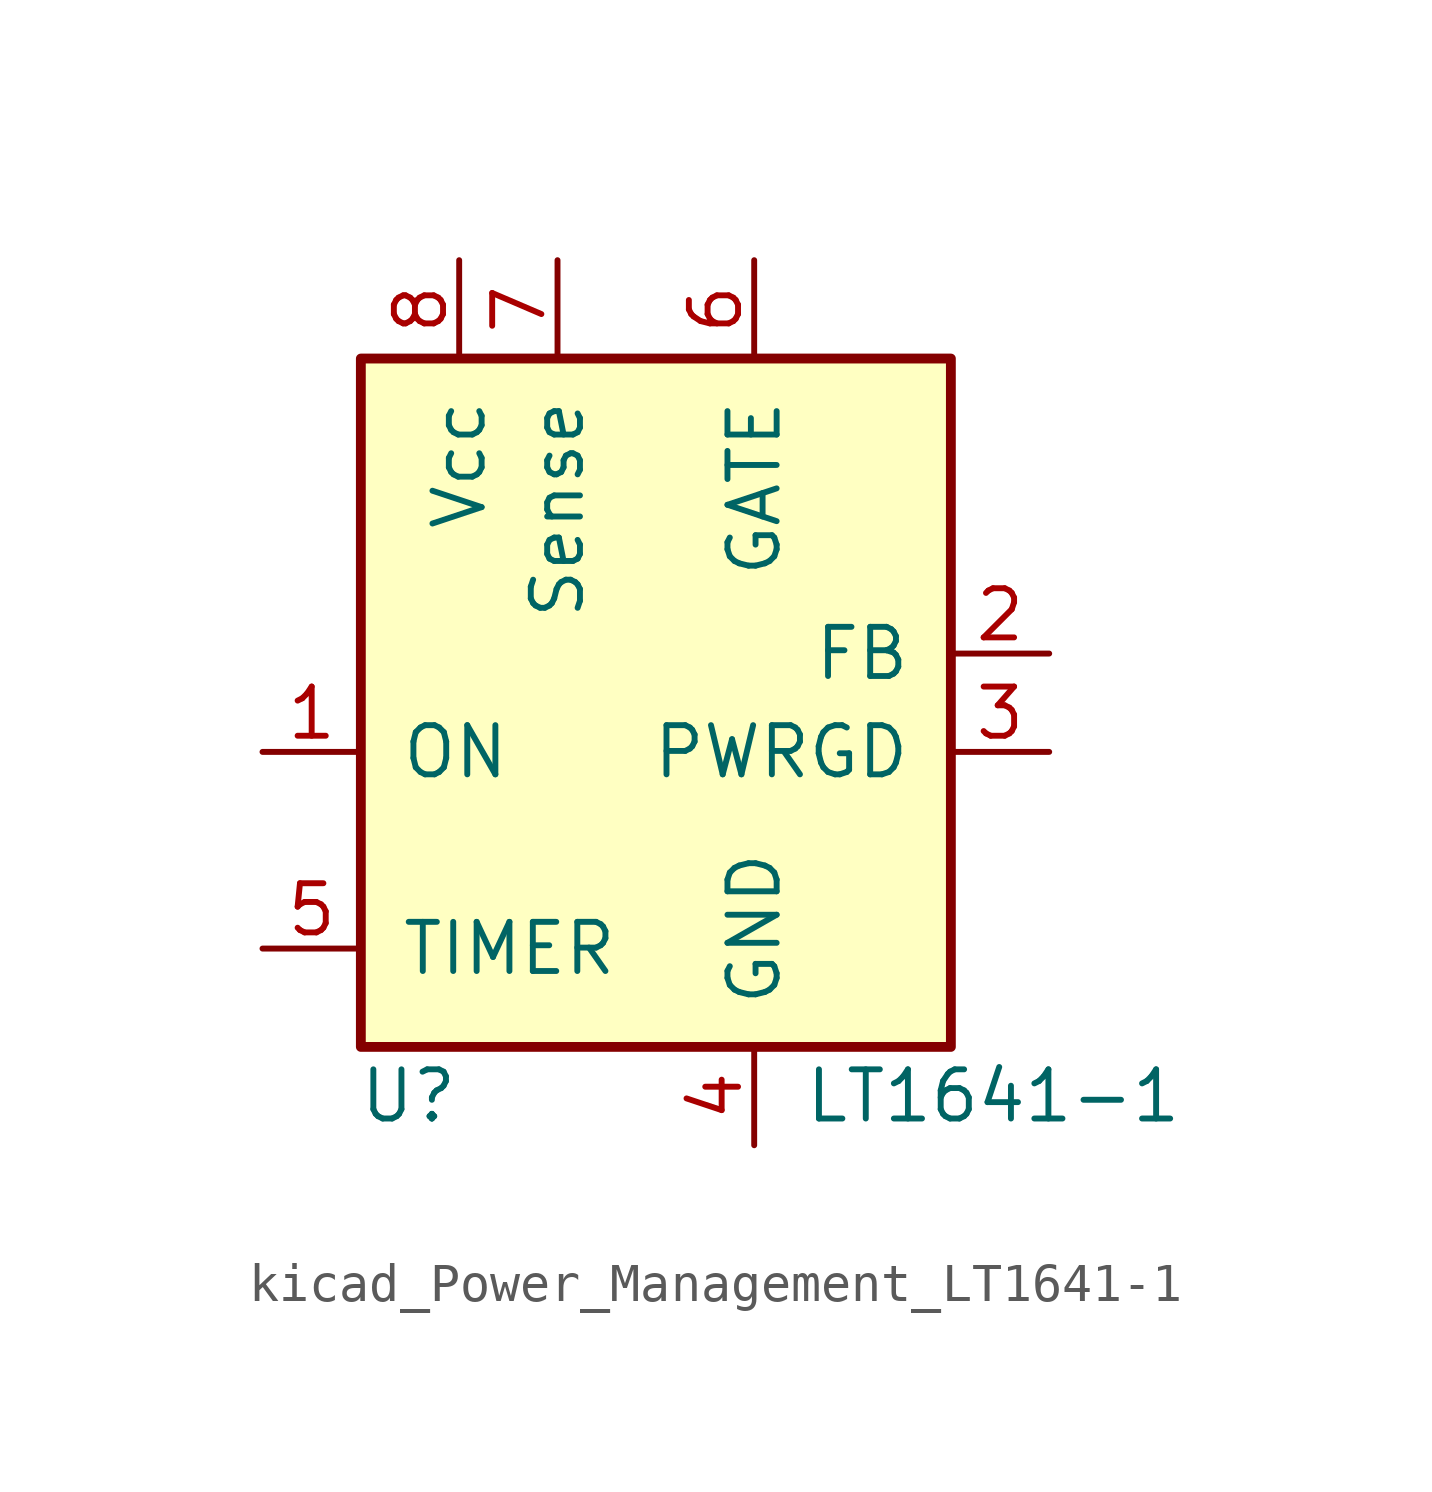
<source format=kicad_sym>
(kicad_symbol_lib
  (version 20220914)
  (generator kicad_symbol_editor)
  (symbol "kicad_Power_Management_LT1641-1"
    (pin_names
      (offset 1.016))
    (property "Reference" "U"
      (at -5.08 -11.43 0)
      (effects (font (size 1.27 1.27)) (justify right)))
    (property "Value" "LT1641-1"
      (at 3.81 -11.43 0)
      (effects (font (size 1.27 1.27)) (justify left)))
    (symbol "kicad_Power_Management_LT1641-1_0_1"
      (rectangle (start 7.62 7.62) (end -7.62 -10.16) (stroke (width 0.254) (type default)) (fill (type background))))
    (symbol "kicad_Power_Management_LT1641-1_1_0"
      (pin power_in line (at 2.54 -12.7 90) (length 2.54) (name "GND" (effects (font (size 1.27 1.27)))) (number "4" (effects (font (size 1.27 1.27))))))
    (symbol "kicad_Power_Management_LT1641-1_1_1"
      (pin input line (at -10.16 -2.54 0) (length 2.54) (name "ON" (effects (font (size 1.27 1.27)))) (number "1" (effects (font (size 1.27 1.27)))))
      (pin input line (at 10.16 0 180) (length 2.54) (name "FB" (effects (font (size 1.27 1.27)))) (number "2" (effects (font (size 1.27 1.27)))))
      (pin open_collector line (at 10.16 -2.54 180) (length 2.54) (name "PWRGD" (effects (font (size 1.27 1.27)))) (number "3" (effects (font (size 1.27 1.27)))))
      (pin input line (at -10.16 -7.62 0) (length 2.54) (name "TIMER" (effects (font (size 1.27 1.27)))) (number "5" (effects (font (size 1.27 1.27)))))
      (pin output line (at 2.54 10.16 270) (length 2.54) (name "GATE" (effects (font (size 1.27 1.27)))) (number "6" (effects (font (size 1.27 1.27)))))
      (pin input line (at -2.54 10.16 270) (length 2.54) (name "Sense" (effects (font (size 1.27 1.27)))) (number "7" (effects (font (size 1.27 1.27)))))
      (pin power_in line (at -5.08 10.16 270) (length 2.54) (name "Vcc" (effects (font (size 1.27 1.27)))) (number "8" (effects (font (size 1.27 1.27))))))))
</source>
